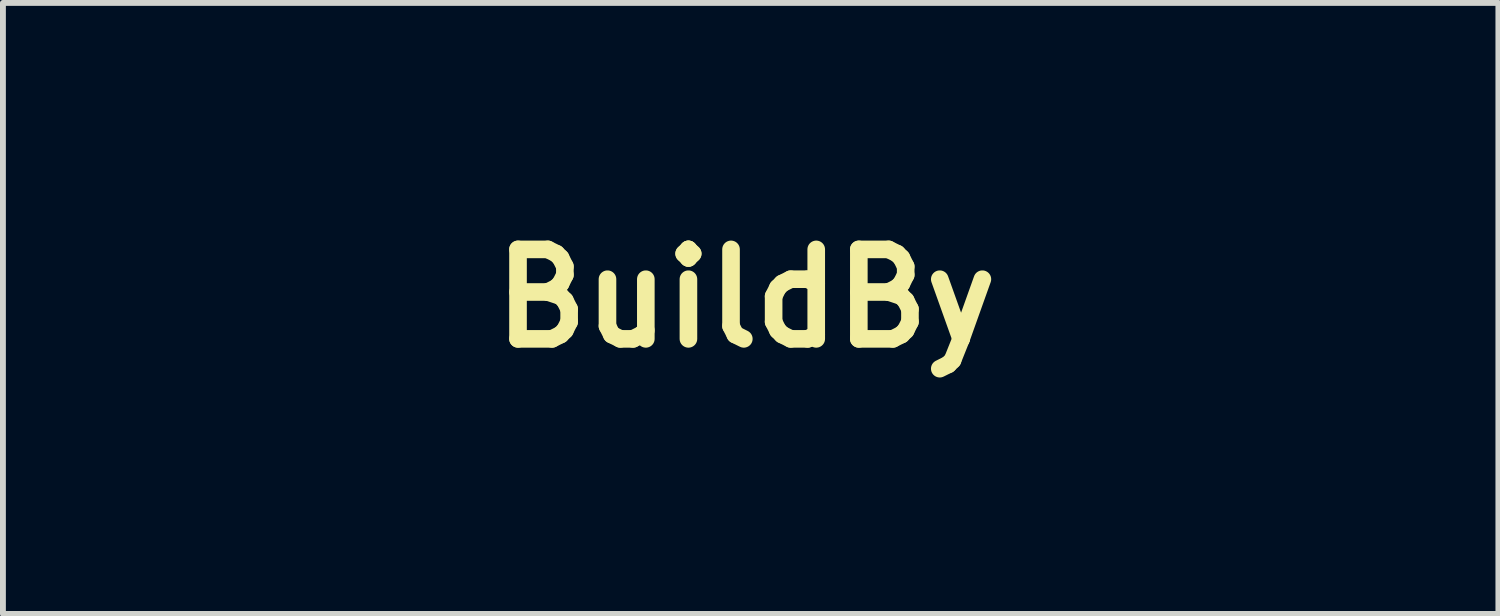
<source format=kicad_pcb>
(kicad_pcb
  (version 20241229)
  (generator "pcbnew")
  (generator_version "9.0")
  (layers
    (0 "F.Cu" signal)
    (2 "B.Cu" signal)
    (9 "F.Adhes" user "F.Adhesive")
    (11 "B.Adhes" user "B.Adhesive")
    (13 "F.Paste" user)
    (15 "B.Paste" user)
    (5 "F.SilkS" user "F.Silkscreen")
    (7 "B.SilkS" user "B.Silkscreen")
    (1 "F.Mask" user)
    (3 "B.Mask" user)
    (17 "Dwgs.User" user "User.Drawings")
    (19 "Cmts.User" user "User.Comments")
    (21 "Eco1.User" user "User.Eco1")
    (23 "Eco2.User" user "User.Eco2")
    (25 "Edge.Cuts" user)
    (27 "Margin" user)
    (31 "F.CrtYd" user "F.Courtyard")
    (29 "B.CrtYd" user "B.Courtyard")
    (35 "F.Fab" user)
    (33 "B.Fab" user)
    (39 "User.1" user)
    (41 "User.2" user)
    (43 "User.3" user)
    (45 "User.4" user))
  (footprint "BuildBy"
    (layer "F.Cu")
    (at 9.657 2.033)
    (property "Reference" "BuildBy" (at 0 0 0) (layer "F.SilkS") (effects (font (size 1.524 1.524) (thickness 0.3))))
    (attr through_hole)
    (fp_poly (pts (xy -0.681 -0.864) (xy -1.057 -0.862) (xy -1.185 -0.862) (xy -1.306 -0.863) (xy -1.413 -0.864) (xy -1.495 -0.866) (xy -1.539 -0.868) (xy -1.646 -0.876) (xy -1.646 -1.483) (xy -1.497 -1.483) (xy -1.407 -1.486) (xy -1.346 -1.499) (xy -1.309 -1.528) (xy -1.288 -1.581) (xy -1.279 -1.664) (xy -1.276 -1.728) (xy -1.27 -1.9) (xy -0.681 -1.9) (xy -0.681 -0.864)) (stroke (width 0.01) (type solid)) (fill yes) (layer "F.Mask"))
    (fp_poly (pts (xy -5.273 0.193) (xy -5.257 0.396) (xy -5.249 0.493) (xy -5.25 0.562) (xy -5.264 0.607) (xy -5.296 0.633) (xy -5.354 0.645) (xy -5.441 0.649) (xy -5.546 0.648) (xy -5.643 0.646) (xy -5.727 0.643) (xy -5.789 0.64) (xy -5.817 0.636) (xy -5.832 0.628) (xy -5.843 0.607) (xy -5.849 0.566) (xy -5.852 0.499) (xy -5.852 0.404) (xy -5.852 0.182) (xy -5.273 0.193)) (stroke (width 0.01) (type solid)) (fill yes) (layer "F.Mask"))
    (fp_poly (pts (xy -0.884 -0.051) (xy -1.2 -0.045) (xy -1.31 -0.044) (xy -1.404 -0.045) (xy -1.477 -0.047) (xy -1.521 -0.051) (xy -1.53 -0.054) (xy -1.538 -0.081) (xy -1.543 -0.14) (xy -1.545 -0.22) (xy -1.545 -0.313) (xy -1.543 -0.408) (xy -1.539 -0.496) (xy -1.533 -0.568) (xy -1.525 -0.615) (xy -1.52 -0.626) (xy -1.491 -0.637) (xy -1.429 -0.644) (xy -1.33 -0.649) (xy -1.193 -0.65) (xy -1.184 -0.65) (xy -0.873 -0.65) (xy -0.884 -0.051)) (stroke (width 0.01) (type solid)) (fill yes) (layer "F.Mask"))
    (fp_poly (pts (xy 7.96 -0.668) (xy 8 -0.667) (xy 8.301 -0.66) (xy 8.306 -0.251) (xy 8.307 -0.113) (xy 8.306 0.009) (xy 8.302 0.107) (xy 8.297 0.177) (xy 8.291 0.211) (xy 8.271 0.264) (xy 7.316 0.264) (xy 7.305 0.218) (xy 7.301 0.181) (xy 7.298 0.112) (xy 7.298 0.023) (xy 7.299 -0.071) (xy 7.305 -0.315) (xy 7.437 -0.321) (xy 7.53 -0.33) (xy 7.591 -0.351) (xy 7.624 -0.39) (xy 7.638 -0.453) (xy 7.64 -0.509) (xy 7.647 -0.596) (xy 7.665 -0.645) (xy 7.67 -0.65) (xy 7.698 -0.66) (xy 7.752 -0.667) (xy 7.839 -0.669) (xy 7.96 -0.668)) (stroke (width 0.01) (type solid)) (fill yes) (layer "F.Mask"))
    (fp_poly (pts (xy 1.733 -1.686) (xy 1.845 -1.684) (xy 1.927 -1.681) (xy 1.981 -1.676) (xy 2.014 -1.668) (xy 2.03 -1.659) (xy 2.039 -1.631) (xy 2.045 -1.572) (xy 2.048 -1.478) (xy 2.049 -1.347) (xy 2.048 -1.206) (xy 2.042 -0.782) (xy 1.745 -0.777) (xy 1.63 -0.775) (xy 1.548 -0.774) (xy 1.495 -0.777) (xy 1.463 -0.782) (xy 1.447 -0.792) (xy 1.438 -0.807) (xy 1.435 -0.817) (xy 1.426 -0.872) (xy 1.423 -0.927) (xy 1.421 -0.963) (xy 1.408 -0.983) (xy 1.375 -0.993) (xy 1.311 -1) (xy 1.309 -1) (xy 1.243 -1.01) (xy 1.194 -1.025) (xy 1.179 -1.036) (xy 1.17 -1.069) (xy 1.161 -1.133) (xy 1.154 -1.218) (xy 1.148 -1.314) (xy 1.144 -1.413) (xy 1.142 -1.503) (xy 1.143 -1.577) (xy 1.147 -1.623) (xy 1.161 -1.687) (xy 1.584 -1.687) (xy 1.733 -1.686)) (stroke (width 0.01) (type solid)) (fill yes) (layer "F.Mask"))
    (fp_poly (pts (xy -2.057 0.752) (xy -2.057 0.918) (xy -2.057 1.08) (xy -2.058 1.233) (xy -2.06 1.367) (xy -2.063 1.477) (xy -2.067 1.554) (xy -2.068 1.565) (xy -2.083 1.758) (xy -2.367 1.761) (xy -2.473 1.762) (xy -2.565 1.761) (xy -2.636 1.758) (xy -2.677 1.755) (xy -2.682 1.753) (xy -2.719 1.729) (xy -2.728 1.719) (xy -2.731 1.694) (xy -2.734 1.634) (xy -2.737 1.541) (xy -2.739 1.422) (xy -2.741 1.281) (xy -2.742 1.122) (xy -2.743 0.95) (xy -2.743 0.929) (xy -2.743 0.732) (xy -2.742 0.571) (xy -2.742 0.443) (xy -2.74 0.344) (xy -2.738 0.271) (xy -2.734 0.219) (xy -2.729 0.184) (xy -2.723 0.163) (xy -2.715 0.151) (xy -2.708 0.147) (xy -2.675 0.142) (xy -2.611 0.137) (xy -2.522 0.134) (xy -2.417 0.132) (xy -2.367 0.132) (xy -2.062 0.132) (xy -2.057 0.752)) (stroke (width 0.01) (type solid)) (fill yes) (layer "F.Mask"))
    (fp_poly (pts (xy -8.964 -0.503) (xy -8.565 -0.498) (xy -8.547 -0.425) (xy -8.543 -0.386) (xy -8.54 -0.311) (xy -8.539 -0.204) (xy -8.539 -0.068) (xy -8.541 0.091) (xy -8.544 0.27) (xy -8.547 0.403) (xy -8.551 0.603) (xy -8.555 0.766) (xy -8.556 0.896) (xy -8.556 0.996) (xy -8.555 1.069) (xy -8.552 1.119) (xy -8.548 1.15) (xy -8.541 1.165) (xy -8.538 1.168) (xy -8.509 1.172) (xy -8.447 1.175) (xy -8.361 1.177) (xy -8.258 1.178) (xy -8.218 1.179) (xy -7.925 1.179) (xy -7.925 2.012) (xy -9.361 2.012) (xy -9.373 0.779) (xy -9.374 0.558) (xy -9.376 0.349) (xy -9.377 0.156) (xy -9.377 -0.019) (xy -9.378 -0.171) (xy -9.377 -0.296) (xy -9.376 -0.393) (xy -9.375 -0.455) (xy -9.373 -0.481) (xy -9.373 -0.481) (xy -9.362 -0.491) (xy -9.334 -0.498) (xy -9.285 -0.502) (xy -9.208 -0.505) (xy -9.101 -0.505) (xy -8.964 -0.503)) (stroke (width 0.01) (type solid)) (fill yes) (layer "F.Mask"))
    (fp_poly (pts (xy -1.024 0.147) (xy -0.965 0.151) (xy -0.931 0.159) (xy -0.918 0.168) (xy -0.913 0.193) (xy -0.909 0.254) (xy -0.905 0.344) (xy -0.901 0.458) (xy -0.898 0.591) (xy -0.896 0.738) (xy -0.893 0.892) (xy -0.892 1.049) (xy -0.891 1.203) (xy -0.891 1.349) (xy -0.892 1.481) (xy -0.894 1.594) (xy -0.896 1.683) (xy -0.9 1.741) (xy -0.904 1.764) (xy -0.928 1.77) (xy -0.985 1.775) (xy -1.067 1.78) (xy -1.166 1.784) (xy -1.195 1.784) (xy -1.32 1.786) (xy -1.409 1.784) (xy -1.469 1.778) (xy -1.503 1.768) (xy -1.509 1.764) (xy -1.518 1.755) (xy -1.525 1.74) (xy -1.531 1.716) (xy -1.536 1.678) (xy -1.539 1.622) (xy -1.541 1.545) (xy -1.541 1.444) (xy -1.541 1.313) (xy -1.541 1.149) (xy -1.54 0.949) (xy -1.54 0.945) (xy -1.534 0.152) (xy -1.237 0.147) (xy -1.113 0.145) (xy -1.024 0.147)) (stroke (width 0.01) (type solid)) (fill yes) (layer "F.Mask"))
    (fp_poly (pts (xy 4.244 -0.503) (xy 4.643 -0.498) (xy 4.661 -0.425) (xy 4.665 -0.386) (xy 4.668 -0.311) (xy 4.669 -0.204) (xy 4.669 -0.068) (xy 4.667 0.091) (xy 4.664 0.27) (xy 4.661 0.403) (xy 4.657 0.603) (xy 4.653 0.766) (xy 4.652 0.896) (xy 4.652 0.996) (xy 4.653 1.069) (xy 4.656 1.119) (xy 4.66 1.15) (xy 4.667 1.165) (xy 4.67 1.168) (xy 4.699 1.172) (xy 4.761 1.175) (xy 4.847 1.177) (xy 4.95 1.178) (xy 4.99 1.179) (xy 5.283 1.179) (xy 5.283 2.012) (xy 3.847 2.012) (xy 3.835 0.779) (xy 3.834 0.558) (xy 3.832 0.349) (xy 3.831 0.156) (xy 3.831 -0.019) (xy 3.83 -0.171) (xy 3.831 -0.296) (xy 3.832 -0.393) (xy 3.833 -0.455) (xy 3.835 -0.481) (xy 3.835 -0.481) (xy 3.846 -0.491) (xy 3.874 -0.498) (xy 3.923 -0.502) (xy 4 -0.505) (xy 4.107 -0.505) (xy 4.244 -0.503)) (stroke (width 0.01) (type solid)) (fill yes) (layer "F.Mask"))
    (fp_poly (pts (xy -2.663 -0.867) (xy -2.615 -0.864) (xy -2.403 -0.85) (xy -2.39 -0.757) (xy -2.386 -0.704) (xy -2.382 -0.62) (xy -2.379 -0.515) (xy -2.378 -0.4) (xy -2.377 -0.355) (xy -2.378 -0.234) (xy -2.38 -0.148) (xy -2.384 -0.09) (xy -2.391 -0.056) (xy -2.401 -0.038) (xy -2.41 -0.033) (xy -2.451 -0.024) (xy -2.465 -0.025) (xy -2.493 -0.027) (xy -2.553 -0.029) (xy -2.641 -0.031) (xy -2.748 -0.034) (xy -2.854 -0.036) (xy -3 -0.039) (xy -3.107 -0.044) (xy -3.181 -0.05) (xy -3.222 -0.059) (xy -3.235 -0.067) (xy -3.243 -0.1) (xy -3.248 -0.162) (xy -3.25 -0.241) (xy -3.25 -0.327) (xy -3.247 -0.407) (xy -3.241 -0.471) (xy -3.233 -0.505) (xy -3.232 -0.506) (xy -3.2 -0.525) (xy -3.134 -0.54) (xy -3.075 -0.547) (xy -2.936 -0.559) (xy -2.93 -0.697) (xy -2.925 -0.769) (xy -2.912 -0.819) (xy -2.886 -0.851) (xy -2.839 -0.867) (xy -2.767 -0.872) (xy -2.663 -0.867)) (stroke (width 0.01) (type solid)) (fill yes) (layer "F.Mask"))
    (fp_poly (pts (xy 1.735 -0.647) (xy 1.825 -0.643) (xy 1.902 -0.638) (xy 1.958 -0.632) (xy 1.982 -0.626) (xy 1.987 -0.601) (xy 1.993 -0.542) (xy 1.999 -0.453) (xy 2.004 -0.341) (xy 2.01 -0.211) (xy 2.015 -0.068) (xy 2.02 0.081) (xy 2.024 0.232) (xy 2.027 0.378) (xy 2.029 0.513) (xy 2.029 0.633) (xy 2.028 0.731) (xy 2.028 0.735) (xy 2.025 0.838) (xy 2.02 0.926) (xy 2.013 0.991) (xy 2.007 1.026) (xy 2.005 1.03) (xy 1.98 1.036) (xy 1.923 1.041) (xy 1.844 1.046) (xy 1.752 1.05) (xy 1.657 1.052) (xy 1.567 1.052) (xy 1.493 1.051) (xy 1.442 1.047) (xy 1.427 1.044) (xy 1.421 1.032) (xy 1.415 1.002) (xy 1.411 0.949) (xy 1.408 0.872) (xy 1.405 0.766) (xy 1.403 0.63) (xy 1.402 0.459) (xy 1.402 0.252) (xy 1.402 0.202) (xy 1.402 -0.629) (xy 1.451 -0.641) (xy 1.492 -0.646) (xy 1.559 -0.648) (xy 1.644 -0.648) (xy 1.735 -0.647)) (stroke (width 0.01) (type solid)) (fill yes) (layer "F.Mask"))
    (fp_poly (pts (xy 8.213 0.308) (xy 8.27 0.311) (xy 8.306 0.318) (xy 8.33 0.329) (xy 8.343 0.34) (xy 8.381 0.385) (xy 8.428 0.45) (xy 8.476 0.525) (xy 8.52 0.599) (xy 8.555 0.664) (xy 8.573 0.71) (xy 8.575 0.72) (xy 8.571 0.752) (xy 8.558 0.803) (xy 8.535 0.877) (xy 8.499 0.98) (xy 8.451 1.115) (xy 8.443 1.136) (xy 8.412 1.216) (xy 8.387 1.265) (xy 8.361 1.29) (xy 8.328 1.3) (xy 8.304 1.3) (xy 8.28 1.299) (xy 8.259 1.292) (xy 8.236 1.274) (xy 8.208 1.242) (xy 8.17 1.191) (xy 8.12 1.117) (xy 8.054 1.015) (xy 8.012 0.95) (xy 7.915 0.797) (xy 7.837 0.674) (xy 7.778 0.577) (xy 7.735 0.503) (xy 7.707 0.448) (xy 7.691 0.409) (xy 7.686 0.381) (xy 7.689 0.36) (xy 7.693 0.351) (xy 7.707 0.337) (xy 7.73 0.326) (xy 7.771 0.319) (xy 7.835 0.314) (xy 7.928 0.311) (xy 8.011 0.309) (xy 8.129 0.308) (xy 8.213 0.308)) (stroke (width 0.01) (type solid)) (fill yes) (layer "F.Mask"))
    (fp_poly (pts (xy -8.628 -2.026) (xy -8.545 -2.021) (xy -8.493 -2.015) (xy -8.485 -2.012) (xy -8.43 -1.991) (xy -8.436 -1.401) (xy -8.439 -1.227) (xy -8.441 -1.089) (xy -8.444 -0.984) (xy -8.448 -0.906) (xy -8.453 -0.852) (xy -8.459 -0.818) (xy -8.467 -0.799) (xy -8.473 -0.792) (xy -8.502 -0.787) (xy -8.565 -0.782) (xy -8.659 -0.778) (xy -8.778 -0.775) (xy -8.918 -0.773) (xy -9.057 -0.772) (xy -9.221 -0.773) (xy -9.35 -0.773) (xy -9.447 -0.774) (xy -9.518 -0.777) (xy -9.566 -0.781) (xy -9.598 -0.786) (xy -9.616 -0.794) (xy -9.627 -0.804) (xy -9.631 -0.811) (xy -9.639 -0.846) (xy -9.645 -0.913) (xy -9.649 -1.007) (xy -9.652 -1.12) (xy -9.652 -1.175) (xy -9.652 -1.499) (xy -9.472 -1.507) (xy -9.356 -1.517) (xy -9.276 -1.534) (xy -9.239 -1.55) (xy -9.215 -1.568) (xy -9.2 -1.589) (xy -9.19 -1.622) (xy -9.185 -1.675) (xy -9.182 -1.757) (xy -9.18 -1.803) (xy -9.174 -2.022) (xy -8.857 -2.027) (xy -8.735 -2.028) (xy -8.628 -2.026)) (stroke (width 0.01) (type solid)) (fill yes) (layer "F.Mask"))
    (fp_poly (pts (xy 4.58 -2.026) (xy 4.663 -2.021) (xy 4.715 -2.015) (xy 4.723 -2.012) (xy 4.778 -1.991) (xy 4.772 -1.401) (xy 4.769 -1.227) (xy 4.767 -1.089) (xy 4.764 -0.984) (xy 4.76 -0.906) (xy 4.755 -0.852) (xy 4.749 -0.818) (xy 4.741 -0.799) (xy 4.735 -0.792) (xy 4.706 -0.787) (xy 4.643 -0.782) (xy 4.549 -0.778) (xy 4.43 -0.775) (xy 4.29 -0.773) (xy 4.151 -0.772) (xy 3.987 -0.773) (xy 3.858 -0.773) (xy 3.761 -0.774) (xy 3.69 -0.777) (xy 3.642 -0.781) (xy 3.611 -0.786) (xy 3.592 -0.794) (xy 3.581 -0.804) (xy 3.577 -0.811) (xy 3.569 -0.846) (xy 3.563 -0.913) (xy 3.559 -1.007) (xy 3.556 -1.12) (xy 3.556 -1.175) (xy 3.556 -1.499) (xy 3.736 -1.507) (xy 3.852 -1.517) (xy 3.932 -1.534) (xy 3.969 -1.55) (xy 3.993 -1.568) (xy 4.008 -1.589) (xy 4.018 -1.622) (xy 4.023 -1.675) (xy 4.026 -1.757) (xy 4.028 -1.803) (xy 4.034 -2.022) (xy 4.351 -2.027) (xy 4.473 -2.028) (xy 4.58 -2.026)) (stroke (width 0.01) (type solid)) (fill yes) (layer "F.Mask"))
    (fp_poly (pts (xy -5.2 -0.873) (xy -5.117 -0.867) (xy -5.053 -0.857) (xy -5.02 -0.844) (xy -5.019 -0.843) (xy -5.01 -0.821) (xy -5.004 -0.777) (xy -5 -0.707) (xy -4.999 -0.607) (xy -5.001 -0.473) (xy -5.002 -0.401) (xy -5.006 -0.274) (xy -5.01 -0.161) (xy -5.015 -0.068) (xy -5.02 -0.001) (xy -5.025 0.034) (xy -5.026 0.036) (xy -5.044 0.045) (xy -5.086 0.052) (xy -5.157 0.057) (xy -5.26 0.06) (xy -5.399 0.061) (xy -5.464 0.061) (xy -5.591 0.06) (xy -5.704 0.059) (xy -5.797 0.056) (xy -5.863 0.053) (xy -5.897 0.049) (xy -5.9 0.047) (xy -5.905 0.023) (xy -5.909 -0.034) (xy -5.912 -0.115) (xy -5.913 -0.213) (xy -5.913 -0.227) (xy -5.913 -0.488) (xy -5.803 -0.488) (xy -5.729 -0.491) (xy -5.665 -0.501) (xy -5.64 -0.507) (xy -5.613 -0.52) (xy -5.598 -0.54) (xy -5.59 -0.576) (xy -5.588 -0.639) (xy -5.588 -0.676) (xy -5.585 -0.761) (xy -5.575 -0.822) (xy -5.564 -0.849) (xy -5.531 -0.862) (xy -5.468 -0.87) (xy -5.385 -0.875) (xy -5.293 -0.876) (xy -5.2 -0.873)) (stroke (width 0.01) (type solid)) (fill yes) (layer "F.Mask"))
    (fp_poly (pts (xy 1.168 0.112) (xy 0.315 0.132) (xy 0.302 0.254) (xy 0.296 0.34) (xy 0.292 0.456) (xy 0.29 0.588) (xy 0.29 0.727) (xy 0.292 0.859) (xy 0.296 0.974) (xy 0.302 1.052) (xy 0.315 1.18) (xy 1.138 1.18) (xy 1.331 1.18) (xy 1.506 1.182) (xy 1.661 1.184) (xy 1.79 1.186) (xy 1.891 1.19) (xy 1.959 1.194) (xy 1.99 1.198) (xy 1.991 1.199) (xy 2.005 1.215) (xy 2.014 1.248) (xy 2.019 1.304) (xy 2.021 1.39) (xy 2.022 1.471) (xy 2.02 1.572) (xy 2.016 1.657) (xy 2.01 1.717) (xy 2.002 1.745) (xy 2.002 1.745) (xy 1.977 1.75) (xy 1.918 1.754) (xy 1.827 1.758) (xy 1.71 1.762) (xy 1.573 1.766) (xy 1.419 1.769) (xy 1.253 1.772) (xy 1.081 1.775) (xy 0.908 1.777) (xy 0.738 1.778) (xy 0.576 1.779) (xy 0.428 1.779) (xy 0.297 1.778) (xy 0.189 1.777) (xy 0.109 1.774) (xy 0.067 1.771) (xy -0.009 1.76) (xy -0.063 1.741) (xy -0.112 1.705) (xy -0.144 1.676) (xy -0.18 1.641) (xy -0.21 1.609) (xy -0.235 1.575) (xy -0.254 1.536) (xy -0.268 1.488) (xy -0.279 1.425) (xy -0.287 1.345) (xy -0.292 1.242) (xy -0.296 1.112) (xy -0.298 0.952) (xy -0.3 0.756) (xy -0.301 0.696) (xy -0.309 -0.061) (xy -0.258 -0.147) (xy -0.163 -0.272) (xy -0.043 -0.373) (xy 0.01 -0.404) (xy 0.036 -0.417) (xy 0.064 -0.427) (xy 0.1 -0.435) (xy 0.147 -0.44) (xy 0.212 -0.443) (xy 0.299 -0.446) (xy 0.415 -0.447) (xy 0.564 -0.447) (xy 0.635 -0.447) (xy 1.18 -0.447) (xy 1.168 0.112)) (stroke (width 0.01) (type solid)) (fill yes) (layer "F.Mask"))
    (fp_poly (pts (xy -3.788 -0.871) (xy -3.727 -0.865) (xy -3.658 -0.852) (xy -3.658 1.495) (xy -3.724 1.606) (xy -3.778 1.684) (xy -3.837 1.737) (xy -3.891 1.768) (xy -3.993 1.819) (xy -4.755 1.823) (xy -4.952 1.825) (xy -5.112 1.825) (xy -5.241 1.825) (xy -5.341 1.824) (xy -5.418 1.822) (xy -5.475 1.818) (xy -5.516 1.813) (xy -5.547 1.807) (xy -5.57 1.799) (xy -5.589 1.789) (xy -5.691 1.715) (xy -5.772 1.619) (xy -5.823 1.511) (xy -5.83 1.485) (xy -5.838 1.426) (xy -5.845 1.337) (xy -5.85 1.23) (xy -5.852 1.113) (xy -5.852 1.076) (xy -5.852 0.772) (xy -5.579 0.772) (xy -5.467 0.774) (xy -5.378 0.778) (xy -5.318 0.784) (xy -5.293 0.793) (xy -5.293 0.793) (xy -5.286 0.821) (xy -5.279 0.88) (xy -5.271 0.958) (xy -5.269 0.997) (xy -5.261 1.088) (xy -5.252 1.147) (xy -5.239 1.183) (xy -5.22 1.206) (xy -5.215 1.21) (xy -5.18 1.22) (xy -5.112 1.229) (xy -5.019 1.235) (xy -4.909 1.239) (xy -4.79 1.242) (xy -4.668 1.242) (xy -4.552 1.239) (xy -4.45 1.235) (xy -4.368 1.229) (xy -4.316 1.22) (xy -4.302 1.214) (xy -4.294 1.205) (xy -4.288 1.189) (xy -4.282 1.163) (xy -4.278 1.123) (xy -4.274 1.065) (xy -4.271 0.987) (xy -4.269 0.884) (xy -4.267 0.754) (xy -4.265 0.594) (xy -4.264 0.399) (xy -4.263 0.189) (xy -4.261 -0.049) (xy -4.259 -0.249) (xy -4.257 -0.414) (xy -4.255 -0.548) (xy -4.251 -0.652) (xy -4.248 -0.73) (xy -4.243 -0.785) (xy -4.238 -0.819) (xy -4.232 -0.836) (xy -4.231 -0.837) (xy -4.199 -0.849) (xy -4.137 -0.859) (xy -4.055 -0.867) (xy -3.963 -0.872) (xy -3.87 -0.874) (xy -3.788 -0.871)) (stroke (width 0.01) (type solid)) (fill yes) (layer "F.Mask"))
    (fp_poly (pts (xy 9.634 -0.423) (xy 9.71 -0.419) (xy 9.751 -0.414) (xy 9.781 -0.405) (xy 9.802 -0.39) (xy 9.813 -0.365) (xy 9.812 -0.326) (xy 9.801 -0.267) (xy 9.777 -0.187) (xy 9.74 -0.08) (xy 9.689 0.058) (xy 9.642 0.183) (xy 9.607 0.275) (xy 9.575 0.363) (xy 9.55 0.432) (xy 9.541 0.457) (xy 9.521 0.512) (xy 9.492 0.592) (xy 9.458 0.683) (xy 9.439 0.732) (xy 9.399 0.839) (xy 9.352 0.964) (xy 9.306 1.087) (xy 9.287 1.138) (xy 9.245 1.252) (xy 9.197 1.379) (xy 9.152 1.497) (xy 9.134 1.544) (xy 9.094 1.652) (xy 9.046 1.777) (xy 9.001 1.9) (xy 8.982 1.951) (xy 8.933 2.082) (xy 8.895 2.181) (xy 8.866 2.251) (xy 8.845 2.298) (xy 8.827 2.326) (xy 8.812 2.342) (xy 8.801 2.348) (xy 8.767 2.354) (xy 8.703 2.359) (xy 8.616 2.363) (xy 8.516 2.367) (xy 8.414 2.369) (xy 8.318 2.369) (xy 8.237 2.368) (xy 8.181 2.365) (xy 8.174 2.364) (xy 8.129 2.353) (xy 8.111 2.329) (xy 8.108 2.285) (xy 8.109 2.263) (xy 8.114 2.237) (xy 8.123 2.202) (xy 8.138 2.155) (xy 8.161 2.092) (xy 8.193 2.011) (xy 8.235 1.907) (xy 8.288 1.777) (xy 8.355 1.617) (xy 8.435 1.424) (xy 8.453 1.382) (xy 8.514 1.234) (xy 8.584 1.063) (xy 8.657 0.881) (xy 8.728 0.705) (xy 8.79 0.549) (xy 8.843 0.415) (xy 8.894 0.287) (xy 8.94 0.172) (xy 8.978 0.076) (xy 9.006 0.008) (xy 9.014 -0.01) (xy 9.049 -0.095) (xy 9.086 -0.184) (xy 9.107 -0.234) (xy 9.139 -0.312) (xy 9.163 -0.36) (xy 9.182 -0.387) (xy 9.204 -0.401) (xy 9.227 -0.409) (xy 9.274 -0.416) (xy 9.349 -0.421) (xy 9.442 -0.424) (xy 9.541 -0.425) (xy 9.634 -0.423)) (stroke (width 0.01) (type solid)) (fill yes) (layer "F.Mask"))
    (fp_poly (pts (xy -7.584 -1.983) (xy -7.369 -1.963) (xy -7.181 -1.925) (xy -7.024 -1.873) (xy -6.937 -1.827) (xy -6.854 -1.762) (xy -6.771 -1.673) (xy -6.699 -1.576) (xy -6.651 -1.482) (xy -6.649 -1.477) (xy -6.625 -1.388) (xy -6.604 -1.269) (xy -6.588 -1.131) (xy -6.577 -0.986) (xy -6.573 -0.843) (xy -6.576 -0.714) (xy -6.583 -0.63) (xy -6.598 -0.532) (xy -6.616 -0.459) (xy -6.64 -0.395) (xy -6.678 -0.324) (xy -6.696 -0.292) (xy -6.734 -0.229) (xy -6.658 -0.163) (xy -6.581 -0.074) (xy -6.512 0.047) (xy -6.453 0.193) (xy -6.409 0.355) (xy -6.391 0.459) (xy -6.372 0.613) (xy -6.363 0.743) (xy -6.364 0.864) (xy -6.375 0.99) (xy -6.389 1.088) (xy -6.439 1.307) (xy -6.52 1.499) (xy -6.632 1.667) (xy -6.775 1.811) (xy -6.803 1.833) (xy -6.898 1.904) (xy -6.977 1.952) (xy -7.052 1.982) (xy -7.137 1.999) (xy -7.235 2.007) (xy -7.411 2.017) (xy -7.424 1.951) (xy -7.428 1.908) (xy -7.432 1.834) (xy -7.435 1.736) (xy -7.437 1.622) (xy -7.437 1.545) (xy -7.437 1.205) (xy -7.335 1.141) (xy -7.243 1.063) (xy -7.179 0.962) (xy -7.141 0.848) (xy -7.132 0.727) (xy -7.152 0.61) (xy -7.201 0.503) (xy -7.273 0.421) (xy -7.337 0.381) (xy -7.401 0.363) (xy -7.403 0.363) (xy -7.446 0.361) (xy -7.521 0.358) (xy -7.617 0.354) (xy -7.727 0.35) (xy -7.772 0.348) (xy -8.077 0.335) (xy -8.083 -0.01) (xy -8.084 -0.128) (xy -8.084 -0.233) (xy -8.083 -0.319) (xy -8.08 -0.378) (xy -8.078 -0.399) (xy -8.071 -0.417) (xy -8.057 -0.43) (xy -8.028 -0.438) (xy -7.979 -0.444) (xy -7.901 -0.447) (xy -7.807 -0.45) (xy -7.683 -0.455) (xy -7.591 -0.464) (xy -7.523 -0.48) (xy -7.472 -0.507) (xy -7.43 -0.546) (xy -7.389 -0.602) (xy -7.382 -0.612) (xy -7.34 -0.706) (xy -7.318 -0.818) (xy -7.32 -0.933) (xy -7.335 -1.004) (xy -7.383 -1.1) (xy -7.454 -1.183) (xy -7.522 -1.231) (xy -7.564 -1.244) (xy -7.636 -1.258) (xy -7.729 -1.271) (xy -7.834 -1.284) (xy -7.94 -1.293) (xy -8.037 -1.299) (xy -8.083 -1.3) (xy -8.129 -1.3) (xy -8.123 -1.641) (xy -8.118 -1.981) (xy -7.823 -1.987) (xy -7.584 -1.983)) (stroke (width 0.01) (type solid)) (fill yes) (layer "F.Mask"))
    (fp_poly (pts (xy 5.624 -1.983) (xy 5.839 -1.963) (xy 6.027 -1.925) (xy 6.184 -1.873) (xy 6.271 -1.827) (xy 6.354 -1.762) (xy 6.437 -1.673) (xy 6.509 -1.576) (xy 6.557 -1.482) (xy 6.559 -1.477) (xy 6.583 -1.388) (xy 6.604 -1.269) (xy 6.62 -1.131) (xy 6.631 -0.986) (xy 6.635 -0.843) (xy 6.632 -0.714) (xy 6.625 -0.63) (xy 6.61 -0.532) (xy 6.592 -0.459) (xy 6.568 -0.395) (xy 6.53 -0.324) (xy 6.512 -0.292) (xy 6.474 -0.229) (xy 6.55 -0.163) (xy 6.627 -0.074) (xy 6.696 0.047) (xy 6.755 0.193) (xy 6.799 0.355) (xy 6.817 0.459) (xy 6.836 0.613) (xy 6.845 0.743) (xy 6.844 0.864) (xy 6.833 0.99) (xy 6.819 1.088) (xy 6.769 1.307) (xy 6.688 1.499) (xy 6.576 1.667) (xy 6.433 1.811) (xy 6.405 1.833) (xy 6.31 1.904) (xy 6.231 1.952) (xy 6.156 1.982) (xy 6.071 1.999) (xy 5.973 2.007) (xy 5.797 2.017) (xy 5.784 1.951) (xy 5.78 1.908) (xy 5.776 1.834) (xy 5.773 1.736) (xy 5.771 1.622) (xy 5.771 1.545) (xy 5.771 1.205) (xy 5.873 1.141) (xy 5.965 1.063) (xy 6.029 0.962) (xy 6.067 0.848) (xy 6.076 0.727) (xy 6.056 0.61) (xy 6.007 0.503) (xy 5.935 0.421) (xy 5.871 0.381) (xy 5.807 0.363) (xy 5.805 0.363) (xy 5.762 0.361) (xy 5.687 0.358) (xy 5.591 0.354) (xy 5.481 0.35) (xy 5.436 0.348) (xy 5.131 0.335) (xy 5.125 -0.01) (xy 5.124 -0.128) (xy 5.124 -0.233) (xy 5.125 -0.319) (xy 5.128 -0.378) (xy 5.13 -0.399) (xy 5.137 -0.417) (xy 5.151 -0.43) (xy 5.18 -0.438) (xy 5.229 -0.444) (xy 5.307 -0.447) (xy 5.401 -0.45) (xy 5.525 -0.455) (xy 5.617 -0.464) (xy 5.685 -0.48) (xy 5.736 -0.507) (xy 5.778 -0.546) (xy 5.819 -0.602) (xy 5.826 -0.612) (xy 5.868 -0.706) (xy 5.89 -0.818) (xy 5.888 -0.933) (xy 5.873 -1.004) (xy 5.825 -1.1) (xy 5.754 -1.183) (xy 5.686 -1.231) (xy 5.644 -1.244) (xy 5.572 -1.258) (xy 5.479 -1.271) (xy 5.374 -1.284) (xy 5.268 -1.293) (xy 5.171 -1.299) (xy 5.125 -1.3) (xy 5.079 -1.3) (xy 5.085 -1.641) (xy 5.09 -1.981) (xy 5.385 -1.987) (xy 5.624 -1.983)) (stroke (width 0.01) (type solid)) (fill yes) (layer "F.Mask")))
  (gr_rect
    (start -3 -3)
    (end 22.475 7.408)
    (stroke (width 0.1) (type default))
    (fill no)
    (layer "Edge.Cuts")))
</source>
